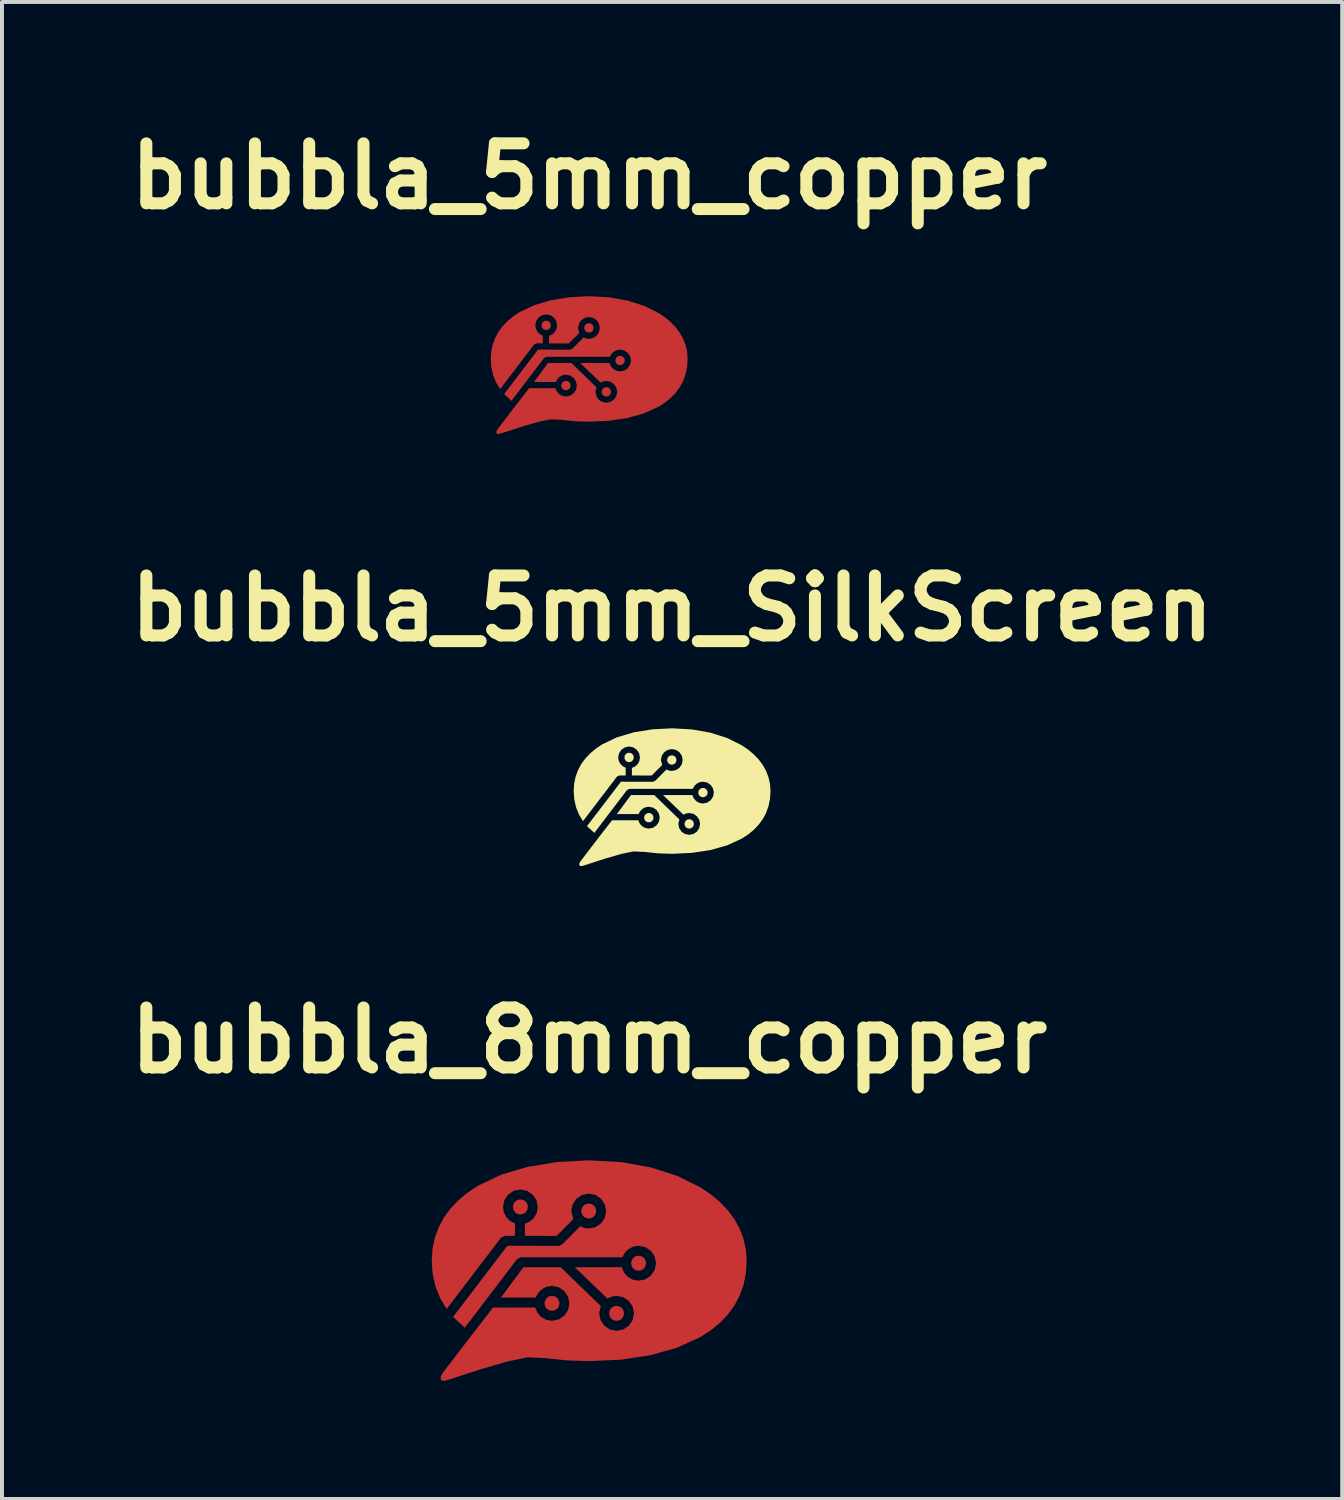
<source format=kicad_pcb>
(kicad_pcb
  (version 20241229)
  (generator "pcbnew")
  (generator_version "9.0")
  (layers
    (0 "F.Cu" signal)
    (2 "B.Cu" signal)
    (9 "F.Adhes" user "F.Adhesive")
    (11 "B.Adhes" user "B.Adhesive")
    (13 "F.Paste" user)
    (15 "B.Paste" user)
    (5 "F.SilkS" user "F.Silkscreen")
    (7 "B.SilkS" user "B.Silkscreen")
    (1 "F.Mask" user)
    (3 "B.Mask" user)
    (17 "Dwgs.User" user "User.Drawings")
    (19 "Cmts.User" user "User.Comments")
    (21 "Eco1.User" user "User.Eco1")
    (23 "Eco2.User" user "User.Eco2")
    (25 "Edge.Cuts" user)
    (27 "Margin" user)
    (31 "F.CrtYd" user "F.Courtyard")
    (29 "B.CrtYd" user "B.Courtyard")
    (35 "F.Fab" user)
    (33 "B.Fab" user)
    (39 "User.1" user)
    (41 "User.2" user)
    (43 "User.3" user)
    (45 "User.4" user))
  (footprint "bubbla_8mm_copper"
    (layer "F.Cu")
    (at 11.916 29.223)
    (property "Reference" "bubbla_8mm_copper" (at 0 -5.848 0) (layer "F.SilkS") (effects (font (size 1.524 1.524) (thickness 0.305))))
    (attr exclude_from_pos_files exclude_from_bom)
    (fp_poly (pts (xy -1.747 -1.808) (xy -1.822 -1.793) (xy -1.882 -1.752) (xy -1.923 -1.692) (xy -1.938 -1.617) (xy -1.923 -1.542) (xy -1.882 -1.481) (xy -1.822 -1.44) (xy -1.747 -1.425) (xy -1.673 -1.44) (xy -1.612 -1.481) (xy -1.572 -1.542) (xy -1.557 -1.617) (xy -1.572 -1.692) (xy -1.612 -1.752) (xy -1.673 -1.793) (xy -1.747 -1.808)) (stroke (width 0) (type solid)) (fill yes) (layer "F.Cu"))
    (fp_poly (pts (xy -0.946 0.641) (xy -1.02 0.655) (xy -1.081 0.696) (xy -1.121 0.757) (xy -1.136 0.832) (xy -1.121 0.907) (xy -1.081 0.968) (xy -1.02 1.008) (xy -0.946 1.023) (xy -0.871 1.008) (xy -0.81 0.968) (xy -0.77 0.907) (xy -0.755 0.832) (xy -0.77 0.757) (xy -0.81 0.696) (xy -0.871 0.655) (xy -0.946 0.641)) (stroke (width 0) (type solid)) (fill yes) (layer "F.Cu"))
    (fp_poly (pts (xy 0.695 0.895) (xy 0.62 0.91) (xy 0.56 0.95) (xy 0.52 1.011) (xy 0.505 1.086) (xy 0.52 1.161) (xy 0.56 1.221) (xy 0.62 1.262) (xy 0.695 1.276) (xy 0.77 1.262) (xy 0.83 1.221) (xy 0.87 1.161) (xy 0.885 1.086) (xy 0.87 1.011) (xy 0.83 0.95) (xy 0.77 0.91) (xy 0.695 0.895)) (stroke (width 0) (type solid)) (fill yes) (layer "F.Cu"))
    (fp_poly (pts (xy -0.012 -1.703) (xy -0.087 -1.688) (xy -0.147 -1.648) (xy -0.187 -1.587) (xy -0.202 -1.512) (xy -0.187 -1.437) (xy -0.147 -1.377) (xy -0.087 -1.336) (xy -0.012 -1.321) (xy 0.063 -1.336) (xy 0.123 -1.377) (xy 0.164 -1.437) (xy 0.178 -1.512) (xy 0.164 -1.587) (xy 0.123 -1.648) (xy 0.063 -1.688) (xy -0.012 -1.703) (xy -0.012 -1.703)) (stroke (width 0) (type solid)) (fill yes) (layer "F.Cu"))
    (fp_poly (pts (xy 1.254 -0.378) (xy 1.18 -0.364) (xy 1.119 -0.323) (xy 1.079 -0.262) (xy 1.064 -0.188) (xy 1.079 -0.113) (xy 1.119 -0.052) (xy 1.18 -0.012) (xy 1.254 0.003) (xy 1.329 -0.012) (xy 1.389 -0.052) (xy 1.43 -0.113) (xy 1.445 -0.188) (xy 1.43 -0.262) (xy 1.389 -0.323) (xy 1.329 -0.364) (xy 1.254 -0.378) (xy 1.254 -0.378)) (stroke (width 0) (type solid)) (fill yes) (layer "F.Cu"))
    (fp_poly (pts (xy -0.000064 -2.8) (xy -0.806 -2.759) (xy -1.557 -2.637) (xy -2.237 -2.435) (xy -2.829 -2.153) (xy -3.087 -1.982) (xy -3.317 -1.793) (xy -3.517 -1.583) (xy -3.686 -1.355) (xy -3.82 -1.107) (xy -3.919 -0.84) (xy -3.979 -0.555) (xy -4 -0.25) (xy -3.975 0.095) (xy -3.901 0.414) (xy -3.783 0.707) (xy -3.621 0.974) (xy -2.24 -0.836) (xy -2.14 -0.884) (xy -1.887 -0.884) (xy -1.887 -1.197) (xy -2.008 -1.26) (xy -2.104 -1.356) (xy -2.168 -1.477) (xy -2.19 -1.617) (xy -2.155 -1.789) (xy -2.06 -1.93) (xy -1.919 -2.025) (xy -1.747 -2.061) (xy -1.576 -2.025) (xy -1.435 -1.93) (xy -1.34 -1.789) (xy -1.305 -1.617) (xy -1.33 -1.471) (xy -1.399 -1.345) (xy -1.503 -1.249) (xy -1.634 -1.189) (xy -1.634 -0.883) (xy -0.83 -0.88) (xy -0.403 -1.308) (xy -0.455 -1.512) (xy -0.42 -1.684) (xy -0.325 -1.825) (xy -0.184 -1.921) (xy -0.012 -1.956) (xy 0.16 -1.921) (xy 0.3 -1.826) (xy 0.395 -1.684) (xy 0.43 -1.512) (xy 0.395 -1.34) (xy 0.3 -1.199) (xy 0.16 -1.103) (xy -0.012 -1.068) (xy -0.125 -1.084) (xy -0.227 -1.127) (xy -0.688 -0.664) (xy -0.777 -0.627) (xy -2.079 -0.631) (xy -3.458 1.176) (xy -3.161 1.451) (xy -1.833 -0.291) (xy -1.733 -0.339) (xy 0.841 -0.339) (xy 0.905 -0.456) (xy 1 -0.549) (xy 1.118 -0.609) (xy 1.254 -0.631) (xy 1.426 -0.596) (xy 1.567 -0.501) (xy 1.662 -0.36) (xy 1.698 -0.188) (xy 1.662 -0.015) (xy 1.567 0.126) (xy 1.426 0.222) (xy 1.254 0.257) (xy 1.106 0.231) (xy 0.979 0.159) (xy 0.882 0.05) (xy 0.825 -0.086) (xy -0.368 -0.086) (xy 0.462 0.711) (xy 0.572 0.66) (xy 0.695 0.642) (xy 0.867 0.677) (xy 1.008 0.772) (xy 1.103 0.914) (xy 1.138 1.086) (xy 1.103 1.258) (xy 1.008 1.399) (xy 0.867 1.495) (xy 0.695 1.53) (xy 0.523 1.495) (xy 0.383 1.399) (xy 0.288 1.258) (xy 0.253 1.086) (xy 0.294 0.901) (xy -0.725 -0.086) (xy -1.671 -0.086) (xy -2.243 0.685) (xy -1.361 0.685) (xy -1.297 0.566) (xy -1.202 0.472) (xy -1.083 0.41) (xy -0.946 0.388) (xy -0.774 0.423) (xy -0.633 0.518) (xy -0.538 0.66) (xy -0.503 0.832) (xy -0.538 1.004) (xy -0.633 1.145) (xy -0.774 1.241) (xy -0.946 1.276) (xy -1.093 1.25) (xy -1.219 1.179) (xy -1.316 1.072) (xy -1.374 0.938) (xy -2.441 0.938) (xy -2.954 1.597) (xy -3.729 2.611) (xy -3.774 2.695) (xy -3.762 2.781) (xy -3.716 2.8) (xy -3.656 2.796) (xy -3.581 2.774) (xy -2.734 2.499) (xy -2.061 2.304) (xy -1.566 2.203) (xy -1.118 2.223) (xy -0.571 2.281) (xy -0.000044 2.3) (xy 0.806 2.263) (xy 1.557 2.149) (xy 2.236 1.957) (xy 2.828 1.685) (xy 3.087 1.518) (xy 3.317 1.33) (xy 3.517 1.121) (xy 3.686 0.89) (xy 3.82 0.638) (xy 3.919 0.365) (xy 3.979 0.068) (xy 4 -0.25) (xy 3.979 -0.537) (xy 3.919 -0.809) (xy 3.82 -1.067) (xy 3.686 -1.309) (xy 3.517 -1.535) (xy 3.317 -1.745) (xy 3.087 -1.937) (xy 2.828 -2.112) (xy 2.236 -2.406) (xy 1.557 -2.622) (xy 0.806 -2.755) (xy -0.000044 -2.8) (xy -0.000064 -2.8)) (stroke (width 0) (type solid)) (fill yes) (layer "F.Cu")))
  (footprint "bubbla_5mm_SilkScreen"
    (layer "F.Cu")
    (at 14.021 17.199)
    (property "Reference" "bubbla_5mm_SilkScreen" (at 0 -4.798 0) (layer "F.SilkS") (effects (font (size 1.524 1.524) (thickness 0.305))))
    (attr exclude_from_pos_files exclude_from_bom)
    (fp_poly (pts (xy -1.092 -1.13) (xy -1.139 -1.12) (xy -1.177 -1.095) (xy -1.202 -1.057) (xy -1.211 -1.01) (xy -1.202 -0.964) (xy -1.177 -0.926) (xy -1.139 -0.9) (xy -1.092 -0.891) (xy -1.045 -0.9) (xy -1.008 -0.926) (xy -0.982 -0.964) (xy -0.973 -1.01) (xy -0.982 -1.057) (xy -1.008 -1.095) (xy -1.045 -1.12) (xy -1.092 -1.13)) (stroke (width 0) (type solid)) (fill yes) (layer "F.SilkS"))
    (fp_poly (pts (xy -0.591 0.4) (xy -0.638 0.41) (xy -0.675 0.435) (xy -0.701 0.473) (xy -0.71 0.52) (xy -0.701 0.567) (xy -0.675 0.605) (xy -0.638 0.63) (xy -0.591 0.639) (xy -0.544 0.63) (xy -0.506 0.605) (xy -0.481 0.567) (xy -0.472 0.52) (xy -0.481 0.473) (xy -0.506 0.435) (xy -0.544 0.41) (xy -0.591 0.4)) (stroke (width 0) (type solid)) (fill yes) (layer "F.SilkS"))
    (fp_poly (pts (xy -0.007 -1.064) (xy -0.054 -1.055) (xy -0.092 -1.03) (xy -0.117 -0.992) (xy -0.126 -0.945) (xy -0.117 -0.898) (xy -0.092 -0.86) (xy -0.054 -0.835) (xy -0.007 -0.826) (xy 0.039 -0.835) (xy 0.077 -0.86) (xy 0.102 -0.898) (xy 0.111 -0.945) (xy 0.102 -0.992) (xy 0.077 -1.03) (xy 0.039 -1.055) (xy -0.007 -1.064)) (stroke (width 0) (type solid)) (fill yes) (layer "F.SilkS"))
    (fp_poly (pts (xy 0.434 0.559) (xy 0.388 0.569) (xy 0.35 0.594) (xy 0.325 0.632) (xy 0.316 0.679) (xy 0.325 0.725) (xy 0.35 0.763) (xy 0.388 0.789) (xy 0.434 0.798) (xy 0.481 0.789) (xy 0.519 0.763) (xy 0.544 0.725) (xy 0.553 0.679) (xy 0.544 0.632) (xy 0.519 0.594) (xy 0.481 0.569) (xy 0.434 0.559)) (stroke (width 0) (type solid)) (fill yes) (layer "F.SilkS"))
    (fp_poly (pts (xy 0.784 -0.236) (xy 0.737 -0.227) (xy 0.7 -0.202) (xy 0.674 -0.164) (xy 0.665 -0.117) (xy 0.674 -0.07) (xy 0.7 -0.033) (xy 0.737 -0.007) (xy 0.784 0.002) (xy 0.831 -0.007) (xy 0.868 -0.033) (xy 0.894 -0.07) (xy 0.903 -0.117) (xy 0.894 -0.164) (xy 0.868 -0.202) (xy 0.831 -0.227) (xy 0.784 -0.236)) (stroke (width 0) (type solid)) (fill yes) (layer "F.SilkS"))
    (fp_poly (pts (xy -0.00004 -1.75) (xy -0.504 -1.724) (xy -0.973 -1.648) (xy -1.398 -1.522) (xy -1.768 -1.346) (xy -1.929 -1.239) (xy -2.073 -1.12) (xy -2.198 -0.99) (xy -2.304 -0.847) (xy -2.388 -0.692) (xy -2.449 -0.525) (xy -2.487 -0.347) (xy -2.5 -0.156) (xy -2.484 0.059) (xy -2.438 0.258) (xy -2.364 0.442) (xy -2.263 0.609) (xy -1.4 -0.523) (xy -1.337 -0.553) (xy -1.179 -0.553) (xy -1.179 -0.748) (xy -1.255 -0.788) (xy -1.315 -0.848) (xy -1.355 -0.923) (xy -1.369 -1.01) (xy -1.347 -1.118) (xy -1.287 -1.206) (xy -1.199 -1.266) (xy -1.092 -1.288) (xy -0.985 -1.266) (xy -0.897 -1.206) (xy -0.838 -1.118) (xy -0.816 -1.01) (xy -0.831 -0.919) (xy -0.874 -0.841) (xy -0.939 -0.78) (xy -1.021 -0.743) (xy -1.021 -0.552) (xy -0.519 -0.55) (xy -0.252 -0.818) (xy -0.284 -0.945) (xy -0.262 -1.053) (xy -0.203 -1.141) (xy -0.115 -1.201) (xy -0.007 -1.222) (xy 0.1 -1.201) (xy 0.188 -1.141) (xy 0.247 -1.053) (xy 0.269 -0.945) (xy 0.247 -0.837) (xy 0.188 -0.749) (xy 0.1 -0.689) (xy -0.007 -0.667) (xy -0.078 -0.677) (xy -0.142 -0.704) (xy -0.43 -0.415) (xy -0.486 -0.392) (xy -1.299 -0.394) (xy -2.161 0.735) (xy -1.975 0.907) (xy -1.145 -0.182) (xy -1.083 -0.212) (xy 0.525 -0.212) (xy 0.566 -0.285) (xy 0.625 -0.343) (xy 0.699 -0.381) (xy 0.784 -0.394) (xy 0.891 -0.373) (xy 0.979 -0.313) (xy 1.039 -0.225) (xy 1.061 -0.117) (xy 1.039 -0.01) (xy 0.979 0.079) (xy 0.891 0.139) (xy 0.784 0.161) (xy 0.691 0.144) (xy 0.612 0.099) (xy 0.551 0.031) (xy 0.515 -0.054) (xy -0.23 -0.054) (xy 0.289 0.444) (xy 0.357 0.413) (xy 0.434 0.401) (xy 0.542 0.423) (xy 0.63 0.483) (xy 0.689 0.571) (xy 0.711 0.679) (xy 0.689 0.786) (xy 0.63 0.875) (xy 0.542 0.934) (xy 0.434 0.956) (xy 0.327 0.934) (xy 0.239 0.875) (xy 0.18 0.786) (xy 0.158 0.679) (xy 0.184 0.563) (xy -0.453 -0.054) (xy -1.045 -0.054) (xy -1.402 0.428) (xy -0.85 0.428) (xy -0.811 0.354) (xy -0.751 0.295) (xy -0.677 0.256) (xy -0.591 0.242) (xy -0.484 0.264) (xy -0.396 0.324) (xy -0.336 0.412) (xy -0.314 0.52) (xy -0.336 0.628) (xy -0.396 0.716) (xy -0.484 0.776) (xy -0.591 0.797) (xy -0.683 0.781) (xy -0.762 0.737) (xy -0.822 0.67) (xy -0.859 0.586) (xy -1.525 0.586) (xy -1.846 0.998) (xy -2.33 1.632) (xy -2.359 1.684) (xy -2.351 1.738) (xy -2.323 1.75) (xy -2.285 1.747) (xy -2.238 1.734) (xy -1.709 1.562) (xy -1.288 1.44) (xy -0.979 1.377) (xy -0.698 1.39) (xy -0.357 1.426) (xy -0.000028 1.438) (xy 0.504 1.414) (xy 0.973 1.343) (xy 1.398 1.223) (xy 1.768 1.053) (xy 1.929 0.949) (xy 2.073 0.831) (xy 2.198 0.7) (xy 2.304 0.557) (xy 2.388 0.399) (xy 2.449 0.228) (xy 2.487 0.043) (xy 2.5 -0.156) (xy 2.487 -0.335) (xy 2.449 -0.506) (xy 2.388 -0.667) (xy 2.304 -0.818) (xy 2.198 -0.959) (xy 2.073 -1.09) (xy 1.929 -1.211) (xy 1.768 -1.32) (xy 1.398 -1.504) (xy 0.973 -1.639) (xy 0.504 -1.722) (xy -0.000028 -1.75) (xy -0.00004 -1.75)) (stroke (width 0) (type solid)) (fill yes) (layer "F.SilkS")))
  (footprint "bubbla_5mm_copper"
    (layer "F.Cu")
    (at 11.916 6.224)
    (property "Reference" "bubbla_5mm_copper" (at 0 -4.798 0) (layer "F.SilkS") (effects (font (size 1.524 1.524) (thickness 0.305))))
    (attr exclude_from_pos_files exclude_from_bom)
    (fp_poly (pts (xy -1.092 -1.13) (xy -1.139 -1.12) (xy -1.177 -1.095) (xy -1.202 -1.057) (xy -1.211 -1.01) (xy -1.202 -0.964) (xy -1.177 -0.926) (xy -1.139 -0.9) (xy -1.092 -0.891) (xy -1.045 -0.9) (xy -1.008 -0.926) (xy -0.982 -0.964) (xy -0.973 -1.01) (xy -0.982 -1.057) (xy -1.008 -1.095) (xy -1.045 -1.12) (xy -1.092 -1.13)) (stroke (width 0) (type solid)) (fill yes) (layer "F.Cu"))
    (fp_poly (pts (xy -0.591 0.4) (xy -0.638 0.41) (xy -0.675 0.435) (xy -0.701 0.473) (xy -0.71 0.52) (xy -0.701 0.567) (xy -0.675 0.605) (xy -0.638 0.63) (xy -0.591 0.639) (xy -0.544 0.63) (xy -0.506 0.605) (xy -0.481 0.567) (xy -0.472 0.52) (xy -0.481 0.473) (xy -0.506 0.435) (xy -0.544 0.41) (xy -0.591 0.4)) (stroke (width 0) (type solid)) (fill yes) (layer "F.Cu"))
    (fp_poly (pts (xy -0.007 -1.064) (xy -0.054 -1.055) (xy -0.092 -1.03) (xy -0.117 -0.992) (xy -0.126 -0.945) (xy -0.117 -0.898) (xy -0.092 -0.86) (xy -0.054 -0.835) (xy -0.007 -0.826) (xy 0.039 -0.835) (xy 0.077 -0.86) (xy 0.102 -0.898) (xy 0.111 -0.945) (xy 0.102 -0.992) (xy 0.077 -1.03) (xy 0.039 -1.055) (xy -0.007 -1.064)) (stroke (width 0) (type solid)) (fill yes) (layer "F.Cu"))
    (fp_poly (pts (xy 0.434 0.559) (xy 0.388 0.569) (xy 0.35 0.594) (xy 0.325 0.632) (xy 0.316 0.679) (xy 0.325 0.725) (xy 0.35 0.763) (xy 0.388 0.789) (xy 0.434 0.798) (xy 0.481 0.789) (xy 0.519 0.763) (xy 0.544 0.725) (xy 0.553 0.679) (xy 0.544 0.632) (xy 0.519 0.594) (xy 0.481 0.569) (xy 0.434 0.559)) (stroke (width 0) (type solid)) (fill yes) (layer "F.Cu"))
    (fp_poly (pts (xy 0.784 -0.236) (xy 0.737 -0.227) (xy 0.7 -0.202) (xy 0.674 -0.164) (xy 0.665 -0.117) (xy 0.674 -0.07) (xy 0.7 -0.033) (xy 0.737 -0.007) (xy 0.784 0.002) (xy 0.831 -0.007) (xy 0.868 -0.033) (xy 0.894 -0.07) (xy 0.903 -0.117) (xy 0.894 -0.164) (xy 0.868 -0.202) (xy 0.831 -0.227) (xy 0.784 -0.236)) (stroke (width 0) (type solid)) (fill yes) (layer "F.Cu"))
    (fp_poly (pts (xy -0.00004 -1.75) (xy -0.504 -1.724) (xy -0.973 -1.648) (xy -1.398 -1.522) (xy -1.768 -1.346) (xy -1.929 -1.239) (xy -2.073 -1.12) (xy -2.198 -0.99) (xy -2.304 -0.847) (xy -2.388 -0.692) (xy -2.449 -0.525) (xy -2.487 -0.347) (xy -2.5 -0.156) (xy -2.484 0.059) (xy -2.438 0.258) (xy -2.364 0.442) (xy -2.263 0.609) (xy -1.4 -0.523) (xy -1.337 -0.553) (xy -1.179 -0.553) (xy -1.179 -0.748) (xy -1.255 -0.788) (xy -1.315 -0.848) (xy -1.355 -0.923) (xy -1.369 -1.01) (xy -1.347 -1.118) (xy -1.287 -1.206) (xy -1.199 -1.266) (xy -1.092 -1.288) (xy -0.985 -1.266) (xy -0.897 -1.206) (xy -0.838 -1.118) (xy -0.816 -1.01) (xy -0.831 -0.919) (xy -0.874 -0.841) (xy -0.939 -0.78) (xy -1.021 -0.743) (xy -1.021 -0.552) (xy -0.519 -0.55) (xy -0.252 -0.818) (xy -0.284 -0.945) (xy -0.262 -1.053) (xy -0.203 -1.141) (xy -0.115 -1.201) (xy -0.007 -1.222) (xy 0.1 -1.201) (xy 0.188 -1.141) (xy 0.247 -1.053) (xy 0.269 -0.945) (xy 0.247 -0.837) (xy 0.188 -0.749) (xy 0.1 -0.689) (xy -0.007 -0.667) (xy -0.078 -0.677) (xy -0.142 -0.704) (xy -0.43 -0.415) (xy -0.486 -0.392) (xy -1.299 -0.394) (xy -2.161 0.735) (xy -1.975 0.907) (xy -1.145 -0.182) (xy -1.083 -0.212) (xy 0.525 -0.212) (xy 0.566 -0.285) (xy 0.625 -0.343) (xy 0.699 -0.381) (xy 0.784 -0.394) (xy 0.891 -0.373) (xy 0.979 -0.313) (xy 1.039 -0.225) (xy 1.061 -0.117) (xy 1.039 -0.01) (xy 0.979 0.079) (xy 0.891 0.139) (xy 0.784 0.161) (xy 0.691 0.144) (xy 0.612 0.099) (xy 0.551 0.031) (xy 0.515 -0.054) (xy -0.23 -0.054) (xy 0.289 0.444) (xy 0.357 0.413) (xy 0.434 0.401) (xy 0.542 0.423) (xy 0.63 0.483) (xy 0.689 0.571) (xy 0.711 0.679) (xy 0.689 0.786) (xy 0.63 0.875) (xy 0.542 0.934) (xy 0.434 0.956) (xy 0.327 0.934) (xy 0.239 0.875) (xy 0.18 0.786) (xy 0.158 0.679) (xy 0.184 0.563) (xy -0.453 -0.054) (xy -1.045 -0.054) (xy -1.402 0.428) (xy -0.85 0.428) (xy -0.811 0.354) (xy -0.751 0.295) (xy -0.677 0.256) (xy -0.591 0.242) (xy -0.484 0.264) (xy -0.396 0.324) (xy -0.336 0.412) (xy -0.314 0.52) (xy -0.336 0.628) (xy -0.396 0.716) (xy -0.484 0.776) (xy -0.591 0.797) (xy -0.683 0.781) (xy -0.762 0.737) (xy -0.822 0.67) (xy -0.859 0.586) (xy -1.525 0.586) (xy -1.846 0.998) (xy -2.33 1.632) (xy -2.359 1.684) (xy -2.351 1.738) (xy -2.323 1.75) (xy -2.285 1.747) (xy -2.238 1.734) (xy -1.709 1.562) (xy -1.288 1.44) (xy -0.979 1.377) (xy -0.698 1.39) (xy -0.357 1.426) (xy -0.000028 1.438) (xy 0.504 1.414) (xy 0.973 1.343) (xy 1.398 1.223) (xy 1.768 1.053) (xy 1.929 0.949) (xy 2.073 0.831) (xy 2.198 0.7) (xy 2.304 0.557) (xy 2.388 0.399) (xy 2.449 0.228) (xy 2.487 0.043) (xy 2.5 -0.156) (xy 2.487 -0.335) (xy 2.449 -0.506) (xy 2.388 -0.667) (xy 2.304 -0.818) (xy 2.198 -0.959) (xy 2.073 -1.09) (xy 1.929 -1.211) (xy 1.768 -1.32) (xy 1.398 -1.504) (xy 0.973 -1.639) (xy 0.504 -1.722) (xy -0.000028 -1.75) (xy -0.00004 -1.75)) (stroke (width 0) (type solid)) (fill yes) (layer "F.Cu")))
  (gr_rect
    (start -3 -3)
    (end 31.042 35.023)
    (stroke (width 0.1) (type default))
    (fill no)
    (layer "Edge.Cuts")))
</source>
